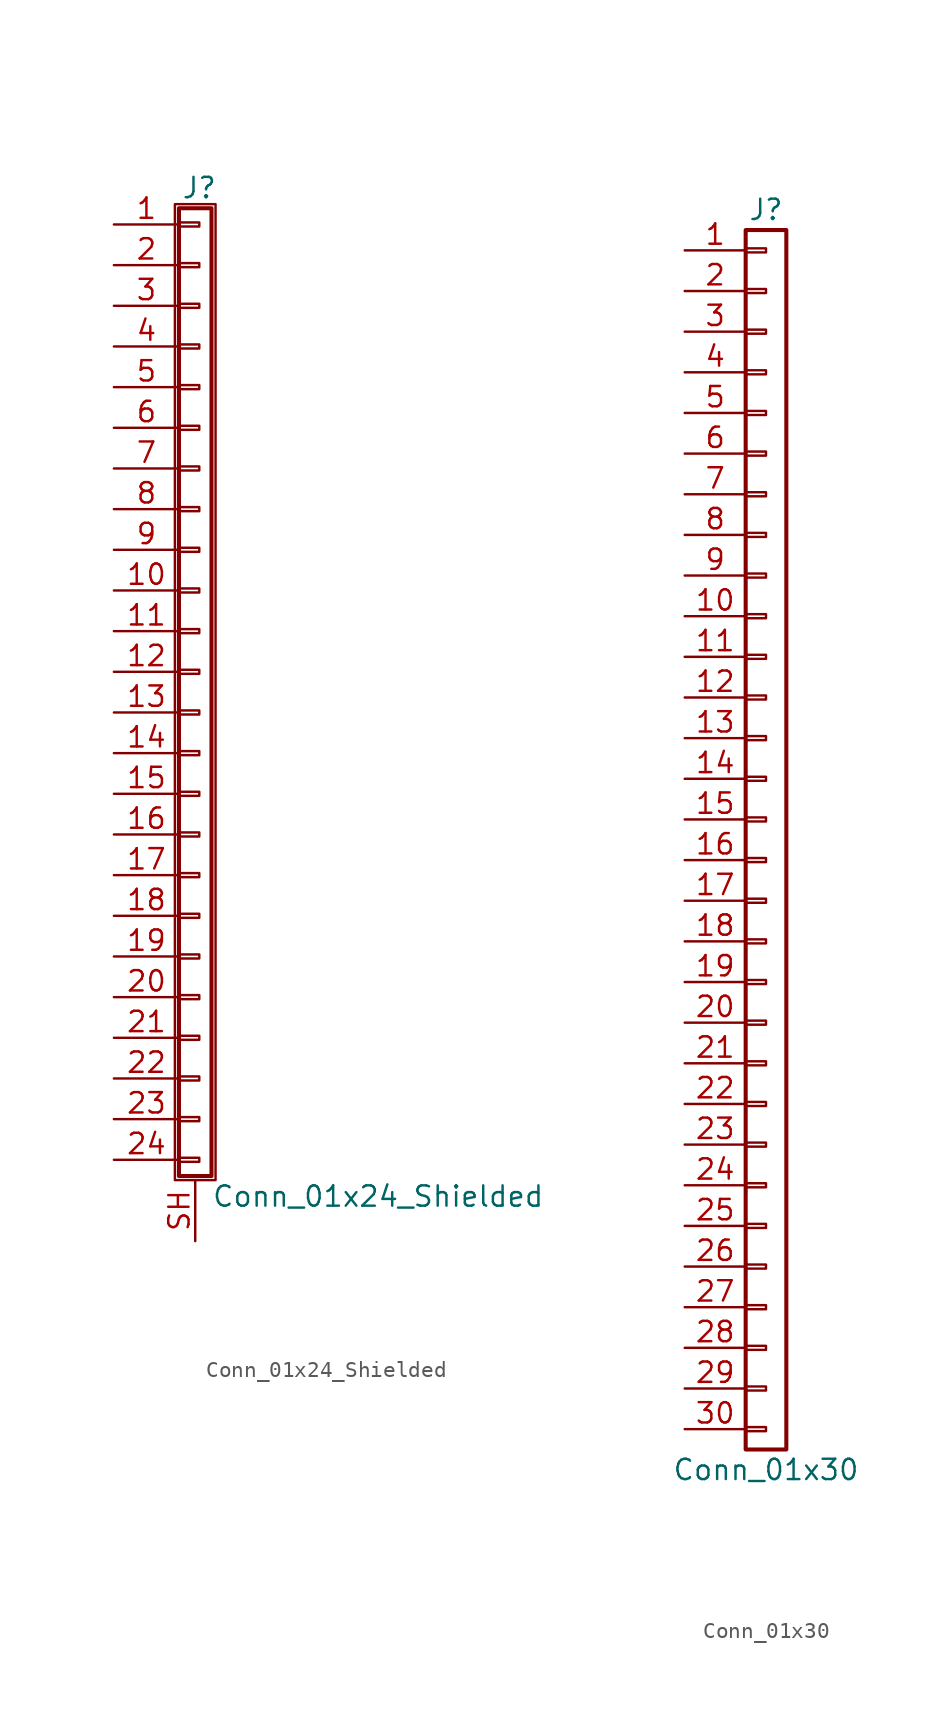
<source format=kicad_sym>
(kicad_symbol_lib
  (version 20241209)
  (generator "kicad_symbol_editor")
  (generator_version "9.0")
  (symbol "Conn_01x24_Shielded"
    (pin_names
      (offset 1.016)
      (hide yes))
    (property "Reference" "J"
      (at 0.254 30.226 0)
      (effects (font (size 1.27 1.27))))
    (property "Value" "Conn_01x24_Shielded"
      (at 1.016 -32.766 0)
      (effects (font (size 1.27 1.27)) (justify left)))
    (symbol "Conn_01x24_Shielded_1_1"
      (rectangle (start -1.27 29.21) (end 1.27 -31.75) (stroke (width 0.152) (type solid)) (fill (type none)))
      (rectangle (start -1.016 28.956) (end 1.016 -31.496) (stroke (width 0.254) (type solid)) (fill (type none)))
      (rectangle (start -1.016 28.067) (end 0.254 27.813) (stroke (width 0.152) (type solid)) (fill (type none)))
      (rectangle (start -1.016 25.527) (end 0.254 25.273) (stroke (width 0.152) (type solid)) (fill (type none)))
      (rectangle (start -1.016 22.987) (end 0.254 22.733) (stroke (width 0.152) (type solid)) (fill (type none)))
      (rectangle (start -1.016 20.447) (end 0.254 20.193) (stroke (width 0.152) (type solid)) (fill (type none)))
      (rectangle (start -1.016 17.907) (end 0.254 17.653) (stroke (width 0.152) (type solid)) (fill (type none)))
      (rectangle (start -1.016 15.367) (end 0.254 15.113) (stroke (width 0.152) (type solid)) (fill (type none)))
      (rectangle (start -1.016 12.827) (end 0.254 12.573) (stroke (width 0.152) (type solid)) (fill (type none)))
      (rectangle (start -1.016 10.287) (end 0.254 10.033) (stroke (width 0.152) (type solid)) (fill (type none)))
      (rectangle (start -1.016 7.747) (end 0.254 7.493) (stroke (width 0.152) (type solid)) (fill (type none)))
      (rectangle (start -1.016 5.207) (end 0.254 4.953) (stroke (width 0.152) (type solid)) (fill (type none)))
      (rectangle (start -1.016 2.667) (end 0.254 2.413) (stroke (width 0.152) (type solid)) (fill (type none)))
      (rectangle (start -1.016 0.127) (end 0.254 -0.127) (stroke (width 0.152) (type solid)) (fill (type none)))
      (rectangle (start -1.016 -2.413) (end 0.254 -2.667) (stroke (width 0.152) (type solid)) (fill (type none)))
      (rectangle (start -1.016 -4.953) (end 0.254 -5.207) (stroke (width 0.152) (type solid)) (fill (type none)))
      (rectangle (start -1.016 -7.493) (end 0.254 -7.747) (stroke (width 0.152) (type solid)) (fill (type none)))
      (rectangle (start -1.016 -10.033) (end 0.254 -10.287) (stroke (width 0.152) (type solid)) (fill (type none)))
      (rectangle (start -1.016 -12.573) (end 0.254 -12.827) (stroke (width 0.152) (type solid)) (fill (type none)))
      (rectangle (start -1.016 -15.113) (end 0.254 -15.367) (stroke (width 0.152) (type solid)) (fill (type none)))
      (rectangle (start -1.016 -17.653) (end 0.254 -17.907) (stroke (width 0.152) (type solid)) (fill (type none)))
      (rectangle (start -1.016 -20.193) (end 0.254 -20.447) (stroke (width 0.152) (type solid)) (fill (type none)))
      (rectangle (start -1.016 -22.733) (end 0.254 -22.987) (stroke (width 0.152) (type solid)) (fill (type none)))
      (rectangle (start -1.016 -25.273) (end 0.254 -25.527) (stroke (width 0.152) (type solid)) (fill (type none)))
      (rectangle (start -1.016 -27.813) (end 0.254 -28.067) (stroke (width 0.152) (type solid)) (fill (type none)))
      (rectangle (start -1.016 -30.353) (end 0.254 -30.607) (stroke (width 0.152) (type solid)) (fill (type none)))
      (pin passive line (at -5.08 27.94 0) (length 4.064) (name "Pin_1" (effects (font (size 1.27 1.27)))) (number "1" (effects (font (size 1.27 1.27)))))
      (pin passive line (at -5.08 25.4 0) (length 4.064) (name "Pin_2" (effects (font (size 1.27 1.27)))) (number "2" (effects (font (size 1.27 1.27)))))
      (pin passive line (at -5.08 22.86 0) (length 4.064) (name "Pin_3" (effects (font (size 1.27 1.27)))) (number "3" (effects (font (size 1.27 1.27)))))
      (pin passive line (at -5.08 20.32 0) (length 4.064) (name "Pin_4" (effects (font (size 1.27 1.27)))) (number "4" (effects (font (size 1.27 1.27)))))
      (pin passive line (at -5.08 17.78 0) (length 4.064) (name "Pin_5" (effects (font (size 1.27 1.27)))) (number "5" (effects (font (size 1.27 1.27)))))
      (pin passive line (at -5.08 15.24 0) (length 4.064) (name "Pin_6" (effects (font (size 1.27 1.27)))) (number "6" (effects (font (size 1.27 1.27)))))
      (pin passive line (at -5.08 12.7 0) (length 4.064) (name "Pin_7" (effects (font (size 1.27 1.27)))) (number "7" (effects (font (size 1.27 1.27)))))
      (pin passive line (at -5.08 10.16 0) (length 4.064) (name "Pin_8" (effects (font (size 1.27 1.27)))) (number "8" (effects (font (size 1.27 1.27)))))
      (pin passive line (at -5.08 7.62 0) (length 4.064) (name "Pin_9" (effects (font (size 1.27 1.27)))) (number "9" (effects (font (size 1.27 1.27)))))
      (pin passive line (at -5.08 5.08 0) (length 4.064) (name "Pin_10" (effects (font (size 1.27 1.27)))) (number "10" (effects (font (size 1.27 1.27)))))
      (pin passive line (at -5.08 2.54 0) (length 4.064) (name "Pin_11" (effects (font (size 1.27 1.27)))) (number "11" (effects (font (size 1.27 1.27)))))
      (pin passive line (at -5.08 0 0) (length 4.064) (name "Pin_12" (effects (font (size 1.27 1.27)))) (number "12" (effects (font (size 1.27 1.27)))))
      (pin passive line (at -5.08 -2.54 0) (length 4.064) (name "Pin_13" (effects (font (size 1.27 1.27)))) (number "13" (effects (font (size 1.27 1.27)))))
      (pin passive line (at -5.08 -5.08 0) (length 4.064) (name "Pin_14" (effects (font (size 1.27 1.27)))) (number "14" (effects (font (size 1.27 1.27)))))
      (pin passive line (at -5.08 -7.62 0) (length 4.064) (name "Pin_15" (effects (font (size 1.27 1.27)))) (number "15" (effects (font (size 1.27 1.27)))))
      (pin passive line (at -5.08 -10.16 0) (length 4.064) (name "Pin_16" (effects (font (size 1.27 1.27)))) (number "16" (effects (font (size 1.27 1.27)))))
      (pin passive line (at -5.08 -12.7 0) (length 4.064) (name "Pin_17" (effects (font (size 1.27 1.27)))) (number "17" (effects (font (size 1.27 1.27)))))
      (pin passive line (at -5.08 -15.24 0) (length 4.064) (name "Pin_18" (effects (font (size 1.27 1.27)))) (number "18" (effects (font (size 1.27 1.27)))))
      (pin passive line (at -5.08 -17.78 0) (length 4.064) (name "Pin_19" (effects (font (size 1.27 1.27)))) (number "19" (effects (font (size 1.27 1.27)))))
      (pin passive line (at -5.08 -20.32 0) (length 4.064) (name "Pin_20" (effects (font (size 1.27 1.27)))) (number "20" (effects (font (size 1.27 1.27)))))
      (pin passive line (at -5.08 -22.86 0) (length 4.064) (name "Pin_21" (effects (font (size 1.27 1.27)))) (number "21" (effects (font (size 1.27 1.27)))))
      (pin passive line (at -5.08 -25.4 0) (length 4.064) (name "Pin_22" (effects (font (size 1.27 1.27)))) (number "22" (effects (font (size 1.27 1.27)))))
      (pin passive line (at -5.08 -27.94 0) (length 4.064) (name "Pin_23" (effects (font (size 1.27 1.27)))) (number "23" (effects (font (size 1.27 1.27)))))
      (pin passive line (at -5.08 -30.48 0) (length 4.064) (name "Pin_24" (effects (font (size 1.27 1.27)))) (number "24" (effects (font (size 1.27 1.27)))))
      (pin passive line (at 0 -35.56 90) (length 3.81) (name "Shield" (effects (font (size 1.27 1.27)))) (number "SH" (effects (font (size 1.27 1.27)))))))
  (symbol "Conn_01x30"
    (pin_names
      (offset 1.016)
      (hide yes))
    (property "Reference" "J"
      (at 0 38.1 0)
      (effects (font (size 1.27 1.27))))
    (property "Value" "Conn_01x30"
      (at 0 -40.64 0)
      (effects (font (size 1.27 1.27))))
    (symbol "Conn_01x30_1_1"
      (rectangle (start -1.27 36.83) (end 1.27 -39.37) (stroke (width 0.254) (type solid)) (fill (type none)))
      (rectangle (start -1.27 35.687) (end 0 35.433) (stroke (width 0.152) (type solid)) (fill (type none)))
      (rectangle (start -1.27 33.147) (end 0 32.893) (stroke (width 0.152) (type solid)) (fill (type none)))
      (rectangle (start -1.27 30.607) (end 0 30.353) (stroke (width 0.152) (type solid)) (fill (type none)))
      (rectangle (start -1.27 28.067) (end 0 27.813) (stroke (width 0.152) (type solid)) (fill (type none)))
      (rectangle (start -1.27 25.527) (end 0 25.273) (stroke (width 0.152) (type solid)) (fill (type none)))
      (rectangle (start -1.27 22.987) (end 0 22.733) (stroke (width 0.152) (type solid)) (fill (type none)))
      (rectangle (start -1.27 20.447) (end 0 20.193) (stroke (width 0.152) (type solid)) (fill (type none)))
      (rectangle (start -1.27 17.907) (end 0 17.653) (stroke (width 0.152) (type solid)) (fill (type none)))
      (rectangle (start -1.27 15.367) (end 0 15.113) (stroke (width 0.152) (type solid)) (fill (type none)))
      (rectangle (start -1.27 12.827) (end 0 12.573) (stroke (width 0.152) (type solid)) (fill (type none)))
      (rectangle (start -1.27 10.287) (end 0 10.033) (stroke (width 0.152) (type solid)) (fill (type none)))
      (rectangle (start -1.27 7.747) (end 0 7.493) (stroke (width 0.152) (type solid)) (fill (type none)))
      (rectangle (start -1.27 5.207) (end 0 4.953) (stroke (width 0.152) (type solid)) (fill (type none)))
      (rectangle (start -1.27 2.667) (end 0 2.413) (stroke (width 0.152) (type solid)) (fill (type none)))
      (rectangle (start -1.27 0.127) (end 0 -0.127) (stroke (width 0.152) (type solid)) (fill (type none)))
      (rectangle (start -1.27 -2.413) (end 0 -2.667) (stroke (width 0.152) (type solid)) (fill (type none)))
      (rectangle (start -1.27 -4.953) (end 0 -5.207) (stroke (width 0.152) (type solid)) (fill (type none)))
      (rectangle (start -1.27 -7.493) (end 0 -7.747) (stroke (width 0.152) (type solid)) (fill (type none)))
      (rectangle (start -1.27 -10.033) (end 0 -10.287) (stroke (width 0.152) (type solid)) (fill (type none)))
      (rectangle (start -1.27 -12.573) (end 0 -12.827) (stroke (width 0.152) (type solid)) (fill (type none)))
      (rectangle (start -1.27 -15.113) (end 0 -15.367) (stroke (width 0.152) (type solid)) (fill (type none)))
      (rectangle (start -1.27 -17.653) (end 0 -17.907) (stroke (width 0.152) (type solid)) (fill (type none)))
      (rectangle (start -1.27 -20.193) (end 0 -20.447) (stroke (width 0.152) (type solid)) (fill (type none)))
      (rectangle (start -1.27 -22.733) (end 0 -22.987) (stroke (width 0.152) (type solid)) (fill (type none)))
      (rectangle (start -1.27 -25.273) (end 0 -25.527) (stroke (width 0.152) (type solid)) (fill (type none)))
      (rectangle (start -1.27 -27.813) (end 0 -28.067) (stroke (width 0.152) (type solid)) (fill (type none)))
      (rectangle (start -1.27 -30.353) (end 0 -30.607) (stroke (width 0.152) (type solid)) (fill (type none)))
      (rectangle (start -1.27 -32.893) (end 0 -33.147) (stroke (width 0.152) (type solid)) (fill (type none)))
      (rectangle (start -1.27 -35.433) (end 0 -35.687) (stroke (width 0.152) (type solid)) (fill (type none)))
      (rectangle (start -1.27 -37.973) (end 0 -38.227) (stroke (width 0.152) (type solid)) (fill (type none)))
      (pin passive line (at -5.08 35.56 0) (length 3.81) (name "Pin_1" (effects (font (size 1.27 1.27)))) (number "1" (effects (font (size 1.27 1.27)))))
      (pin passive line (at -5.08 33.02 0) (length 3.81) (name "Pin_2" (effects (font (size 1.27 1.27)))) (number "2" (effects (font (size 1.27 1.27)))))
      (pin passive line (at -5.08 30.48 0) (length 3.81) (name "Pin_3" (effects (font (size 1.27 1.27)))) (number "3" (effects (font (size 1.27 1.27)))))
      (pin passive line (at -5.08 27.94 0) (length 3.81) (name "Pin_4" (effects (font (size 1.27 1.27)))) (number "4" (effects (font (size 1.27 1.27)))))
      (pin passive line (at -5.08 25.4 0) (length 3.81) (name "Pin_5" (effects (font (size 1.27 1.27)))) (number "5" (effects (font (size 1.27 1.27)))))
      (pin passive line (at -5.08 22.86 0) (length 3.81) (name "Pin_6" (effects (font (size 1.27 1.27)))) (number "6" (effects (font (size 1.27 1.27)))))
      (pin passive line (at -5.08 20.32 0) (length 3.81) (name "Pin_7" (effects (font (size 1.27 1.27)))) (number "7" (effects (font (size 1.27 1.27)))))
      (pin passive line (at -5.08 17.78 0) (length 3.81) (name "Pin_8" (effects (font (size 1.27 1.27)))) (number "8" (effects (font (size 1.27 1.27)))))
      (pin passive line (at -5.08 15.24 0) (length 3.81) (name "Pin_9" (effects (font (size 1.27 1.27)))) (number "9" (effects (font (size 1.27 1.27)))))
      (pin passive line (at -5.08 12.7 0) (length 3.81) (name "Pin_10" (effects (font (size 1.27 1.27)))) (number "10" (effects (font (size 1.27 1.27)))))
      (pin passive line (at -5.08 10.16 0) (length 3.81) (name "Pin_11" (effects (font (size 1.27 1.27)))) (number "11" (effects (font (size 1.27 1.27)))))
      (pin passive line (at -5.08 7.62 0) (length 3.81) (name "Pin_12" (effects (font (size 1.27 1.27)))) (number "12" (effects (font (size 1.27 1.27)))))
      (pin passive line (at -5.08 5.08 0) (length 3.81) (name "Pin_13" (effects (font (size 1.27 1.27)))) (number "13" (effects (font (size 1.27 1.27)))))
      (pin passive line (at -5.08 2.54 0) (length 3.81) (name "Pin_14" (effects (font (size 1.27 1.27)))) (number "14" (effects (font (size 1.27 1.27)))))
      (pin passive line (at -5.08 0 0) (length 3.81) (name "Pin_15" (effects (font (size 1.27 1.27)))) (number "15" (effects (font (size 1.27 1.27)))))
      (pin passive line (at -5.08 -2.54 0) (length 3.81) (name "Pin_16" (effects (font (size 1.27 1.27)))) (number "16" (effects (font (size 1.27 1.27)))))
      (pin passive line (at -5.08 -5.08 0) (length 3.81) (name "Pin_17" (effects (font (size 1.27 1.27)))) (number "17" (effects (font (size 1.27 1.27)))))
      (pin passive line (at -5.08 -7.62 0) (length 3.81) (name "Pin_18" (effects (font (size 1.27 1.27)))) (number "18" (effects (font (size 1.27 1.27)))))
      (pin passive line (at -5.08 -10.16 0) (length 3.81) (name "Pin_19" (effects (font (size 1.27 1.27)))) (number "19" (effects (font (size 1.27 1.27)))))
      (pin passive line (at -5.08 -12.7 0) (length 3.81) (name "Pin_20" (effects (font (size 1.27 1.27)))) (number "20" (effects (font (size 1.27 1.27)))))
      (pin passive line (at -5.08 -15.24 0) (length 3.81) (name "Pin_21" (effects (font (size 1.27 1.27)))) (number "21" (effects (font (size 1.27 1.27)))))
      (pin passive line (at -5.08 -17.78 0) (length 3.81) (name "Pin_22" (effects (font (size 1.27 1.27)))) (number "22" (effects (font (size 1.27 1.27)))))
      (pin passive line (at -5.08 -20.32 0) (length 3.81) (name "Pin_23" (effects (font (size 1.27 1.27)))) (number "23" (effects (font (size 1.27 1.27)))))
      (pin passive line (at -5.08 -22.86 0) (length 3.81) (name "Pin_24" (effects (font (size 1.27 1.27)))) (number "24" (effects (font (size 1.27 1.27)))))
      (pin passive line (at -5.08 -25.4 0) (length 3.81) (name "Pin_25" (effects (font (size 1.27 1.27)))) (number "25" (effects (font (size 1.27 1.27)))))
      (pin passive line (at -5.08 -27.94 0) (length 3.81) (name "Pin_26" (effects (font (size 1.27 1.27)))) (number "26" (effects (font (size 1.27 1.27)))))
      (pin passive line (at -5.08 -30.48 0) (length 3.81) (name "Pin_27" (effects (font (size 1.27 1.27)))) (number "27" (effects (font (size 1.27 1.27)))))
      (pin passive line (at -5.08 -33.02 0) (length 3.81) (name "Pin_28" (effects (font (size 1.27 1.27)))) (number "28" (effects (font (size 1.27 1.27)))))
      (pin passive line (at -5.08 -35.56 0) (length 3.81) (name "Pin_29" (effects (font (size 1.27 1.27)))) (number "29" (effects (font (size 1.27 1.27)))))
      (pin passive line (at -5.08 -38.1 0) (length 3.81) (name "Pin_30" (effects (font (size 1.27 1.27)))) (number "30" (effects (font (size 1.27 1.27))))))))
</source>
